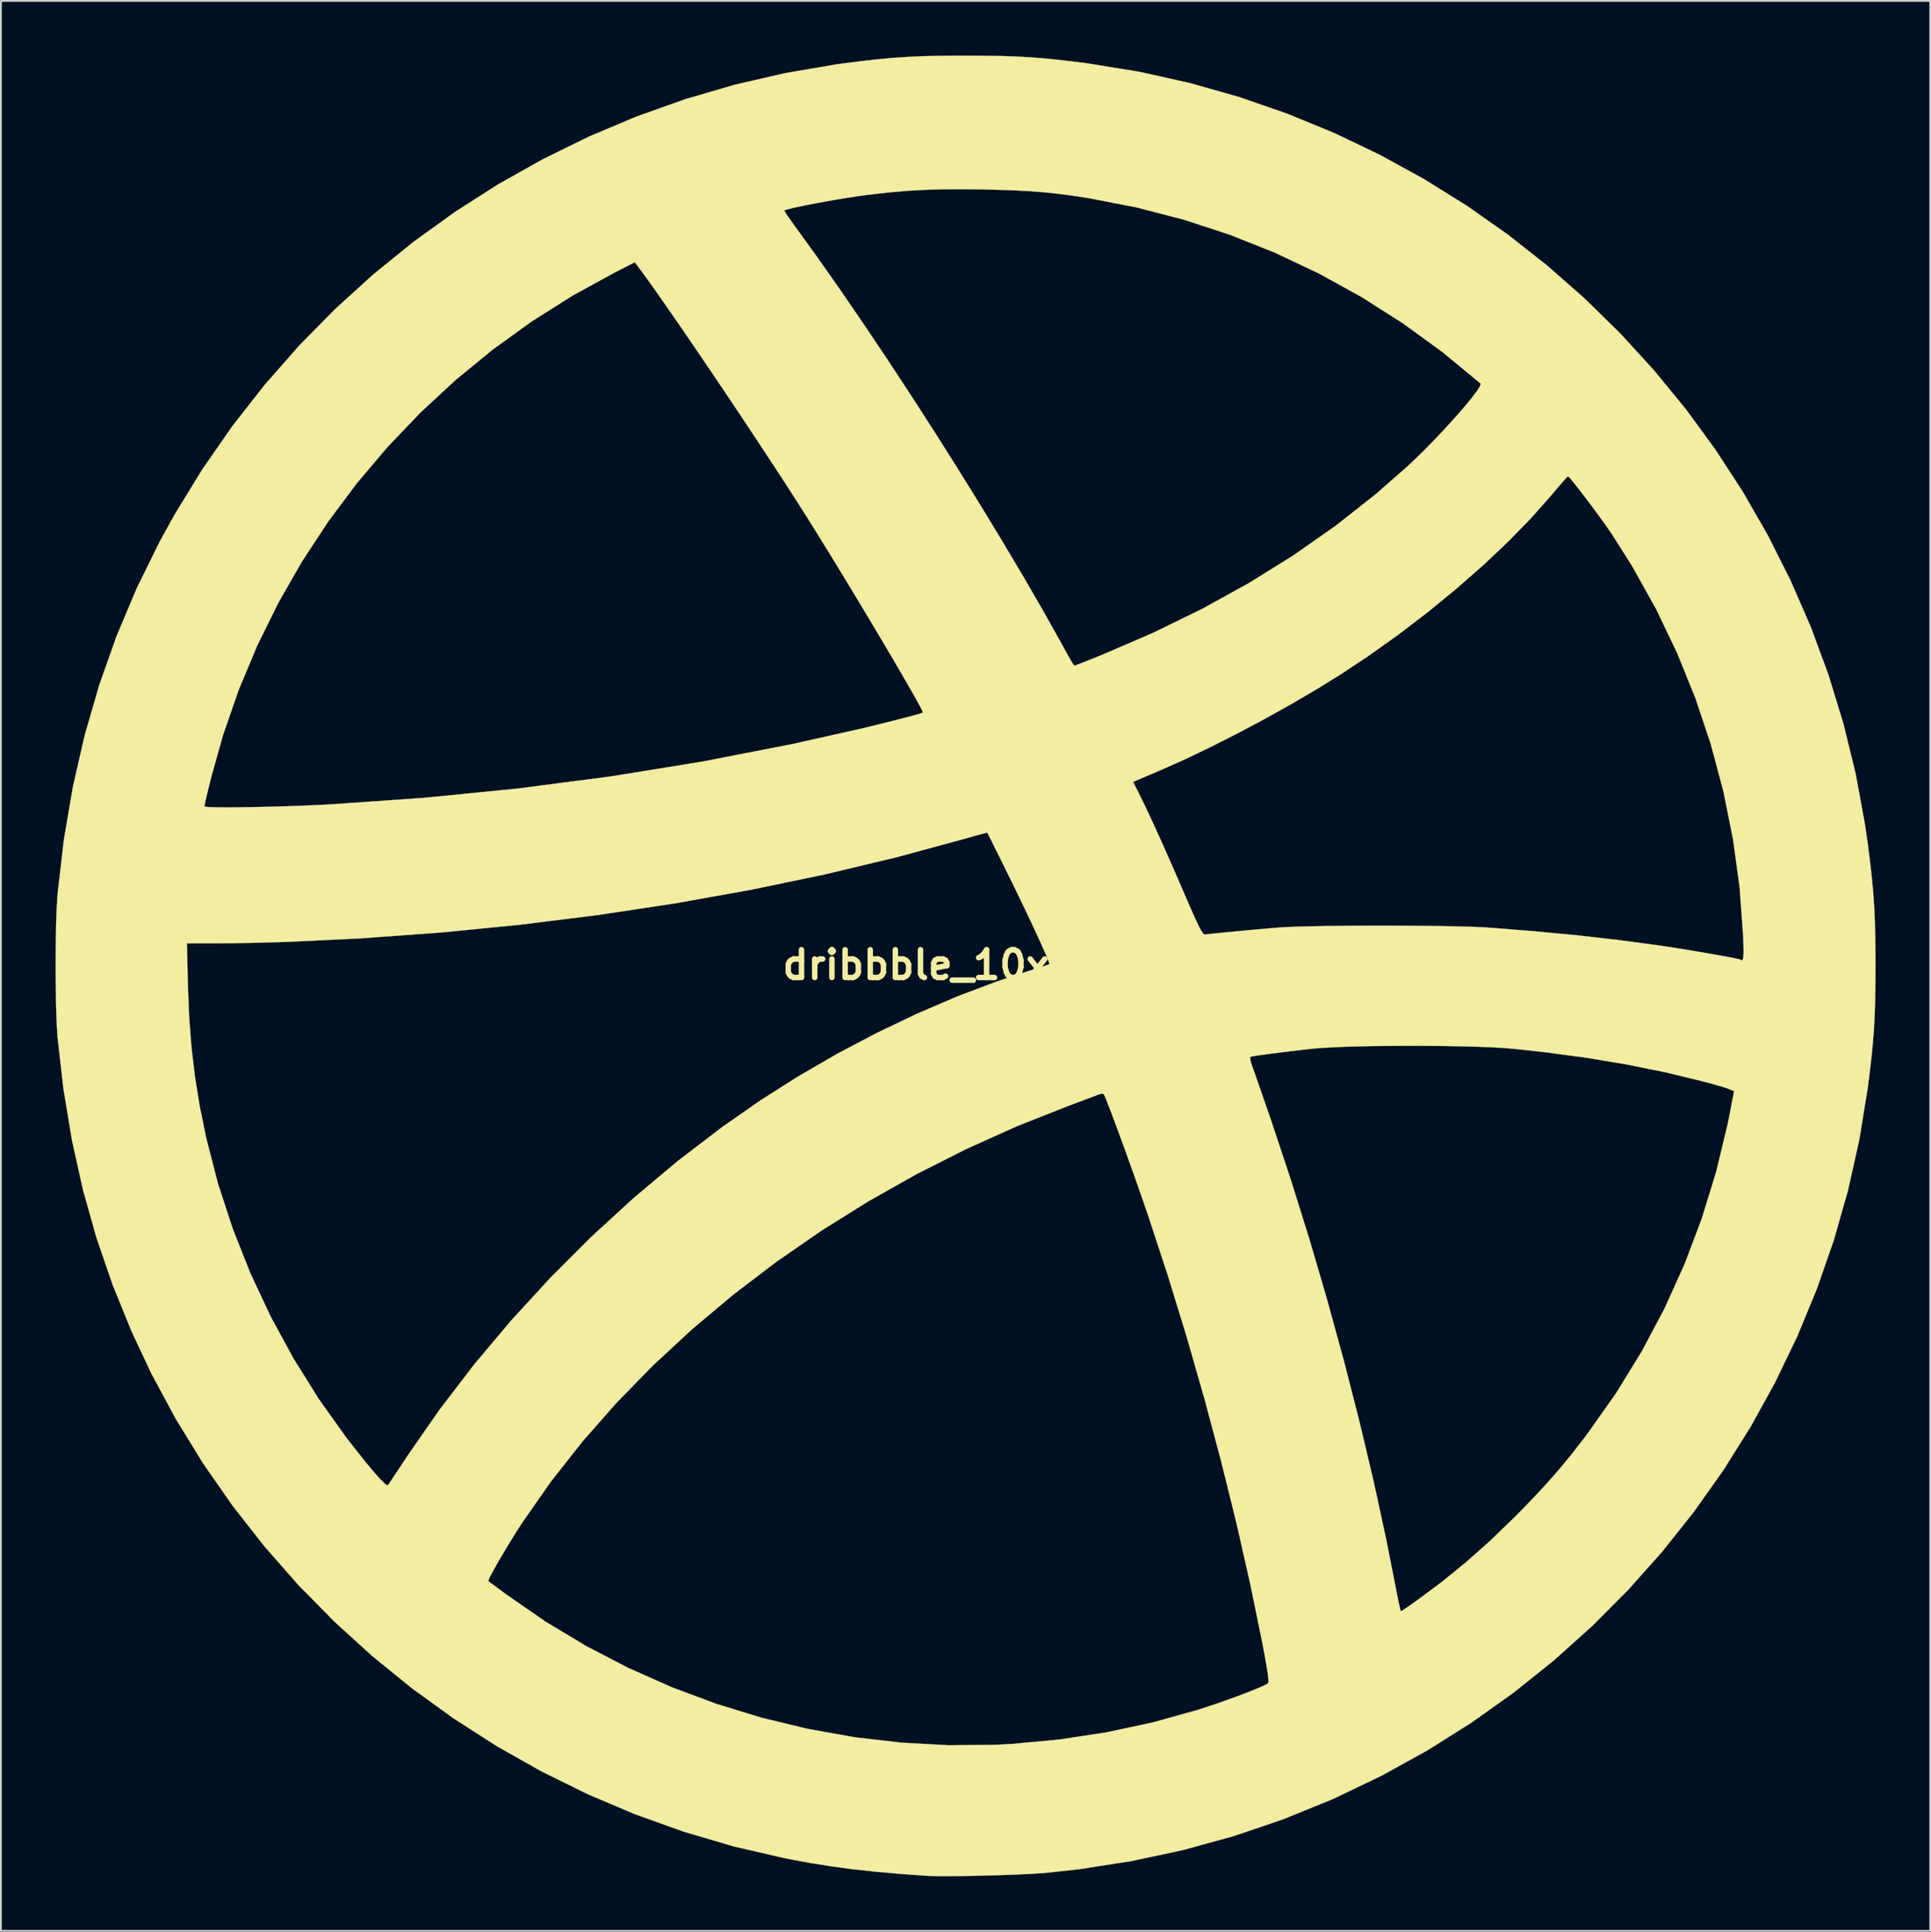
<source format=kicad_pcb>
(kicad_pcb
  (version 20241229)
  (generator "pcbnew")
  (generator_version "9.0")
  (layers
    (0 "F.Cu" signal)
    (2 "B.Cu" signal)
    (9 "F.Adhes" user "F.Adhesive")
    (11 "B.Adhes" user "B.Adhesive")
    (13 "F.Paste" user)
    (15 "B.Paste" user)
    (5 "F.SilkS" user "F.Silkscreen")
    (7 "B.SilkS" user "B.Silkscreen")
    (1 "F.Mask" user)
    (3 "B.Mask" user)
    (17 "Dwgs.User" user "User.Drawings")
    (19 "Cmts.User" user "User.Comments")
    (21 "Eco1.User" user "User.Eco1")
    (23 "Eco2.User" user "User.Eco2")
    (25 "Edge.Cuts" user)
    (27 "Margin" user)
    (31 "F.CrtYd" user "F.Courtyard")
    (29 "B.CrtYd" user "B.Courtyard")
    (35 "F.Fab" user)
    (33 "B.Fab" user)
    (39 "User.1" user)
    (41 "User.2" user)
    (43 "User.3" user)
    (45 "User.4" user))
  (footprint "dribbble_10x10_F"
    (layer "F.Cu")
    (at 49.907 49.91)
    (property "Reference" "dribbble_10x10_F" (at 0 0 0) (layer "F.SilkS") (effects (font (size 1.524 1.524) (thickness 0.3))))
    (attr through_hole)
    (fp_poly (pts (xy 1.109 -49.9) (xy 2.048 -49.884) (xy 2.901 -49.854) (xy 3.71 -49.807) (xy 4.517 -49.741) (xy 5.364 -49.653) (xy 6.291 -49.54) (xy 6.773 -49.477) (xy 9.593 -49.018) (xy 12.359 -48.402) (xy 15.066 -47.633) (xy 17.709 -46.717) (xy 20.284 -45.658) (xy 22.786 -44.462) (xy 25.209 -43.132) (xy 27.55 -41.674) (xy 29.802 -40.092) (xy 31.962 -38.392) (xy 34.025 -36.578) (xy 35.985 -34.656) (xy 37.838 -32.629) (xy 39.58 -30.503) (xy 41.204 -28.282) (xy 42.707 -25.972) (xy 44.083 -23.578) (xy 45.328 -21.103) (xy 46.438 -18.553) (xy 47.406 -15.933) (xy 48.228 -13.248) (xy 48.9 -10.502) (xy 49.416 -7.7) (xy 49.563 -6.681) (xy 49.688 -5.702) (xy 49.787 -4.823) (xy 49.863 -4.003) (xy 49.919 -3.199) (xy 49.957 -2.371) (xy 49.979 -1.476) (xy 49.989 -0.473) (xy 49.99 0.042) (xy 49.985 1.11) (xy 49.969 2.05) (xy 49.939 2.904) (xy 49.892 3.714) (xy 49.825 4.522) (xy 49.737 5.368) (xy 49.624 6.295) (xy 49.563 6.766) (xy 49.102 9.594) (xy 48.481 12.374) (xy 47.705 15.1) (xy 46.777 17.767) (xy 45.703 20.37) (xy 44.486 22.902) (xy 43.13 25.357) (xy 41.64 27.731) (xy 40.02 30.018) (xy 38.274 32.212) (xy 36.407 34.307) (xy 34.422 36.298) (xy 32.325 38.179) (xy 30.118 39.945) (xy 27.807 41.589) (xy 25.395 43.107) (xy 22.888 44.493) (xy 20.288 45.74) (xy 20.108 45.82) (xy 17.456 46.897) (xy 14.749 47.816) (xy 11.985 48.577) (xy 9.16 49.182) (xy 6.271 49.631) (xy 4.487 49.827) (xy 4.048 49.861) (xy 3.485 49.893) (xy 2.829 49.923) (xy 2.109 49.949) (xy 1.356 49.972) (xy 0.6 49.99) (xy -0.13 50.003) (xy -0.803 50.009) (xy -1.389 50.009) (xy -1.859 50.001) (xy -2.117 49.989) (xy -3.587 49.883) (xy -4.924 49.765) (xy -6.163 49.628) (xy -7.341 49.47) (xy -8.493 49.286) (xy -9.655 49.071) (xy -9.906 49.021) (xy -12.692 48.376) (xy -15.423 47.572) (xy -18.093 46.616) (xy -20.697 45.512) (xy -23.228 44.265) (xy -25.682 42.879) (xy -28.052 41.359) (xy -30.332 39.71) (xy -32.517 37.936) (xy -34.6 36.042) (xy -36.577 34.033) (xy -36.768 33.815) (xy -26.153 33.815) (xy -26.076 33.873) (xy -25.889 34.013) (xy -25.615 34.216) (xy -25.28 34.465) (xy -25.128 34.577) (xy -22.999 36.049) (xy -20.774 37.385) (xy -18.466 38.584) (xy -16.086 39.64) (xy -13.643 40.552) (xy -11.149 41.316) (xy -8.615 41.928) (xy -6.051 42.386) (xy -3.469 42.686) (xy -0.88 42.826) (xy 1.707 42.801) (xy 2.584 42.755) (xy 5.203 42.51) (xy 7.784 42.116) (xy 10.308 41.576) (xy 12.756 40.894) (xy 13.3 40.72) (xy 13.887 40.522) (xy 14.473 40.315) (xy 15.036 40.109) (xy 15.551 39.913) (xy 15.995 39.736) (xy 16.342 39.587) (xy 16.57 39.476) (xy 16.647 39.425) (xy 16.669 39.344) (xy 16.663 39.163) (xy 16.629 38.871) (xy 16.562 38.452) (xy 16.463 37.894) (xy 16.34 37.246) (xy 15.674 33.993) (xy 14.915 30.644) (xy 14.071 27.235) (xy 13.154 23.803) (xy 12.173 20.385) (xy 11.138 17.018) (xy 10.06 13.739) (xy 9.539 12.234) (xy 9.255 11.432) (xy 8.975 10.65) (xy 8.706 9.904) (xy 8.453 9.212) (xy 8.222 8.59) (xy 8.02 8.053) (xy 7.853 7.619) (xy 7.726 7.303) (xy 7.646 7.122) (xy 7.625 7.087) (xy 7.508 7.066) (xy 7.358 7.106) (xy 7.213 7.163) (xy 6.94 7.267) (xy 6.57 7.406) (xy 6.132 7.569) (xy 5.757 7.707) (xy 2.89 8.841) (xy 0.085 10.101) (xy -2.648 11.483) (xy -5.303 12.98) (xy -7.87 14.585) (xy -10.341 16.293) (xy -12.709 18.097) (xy -14.965 19.991) (xy -17.101 21.969) (xy -19.109 24.024) (xy -20.981 26.151) (xy -22.708 28.343) (xy -24.282 30.594) (xy -24.322 30.655) (xy -24.607 31.099) (xy -24.901 31.571) (xy -25.192 32.05) (xy -25.467 32.513) (xy -25.712 32.938) (xy -25.916 33.303) (xy -26.064 33.586) (xy -26.144 33.764) (xy -26.153 33.815) (xy -36.768 33.815) (xy -38.44 31.913) (xy -40.185 29.688) (xy -41.806 27.361) (xy -43.296 24.937) (xy -44.65 22.422) (xy -45.737 20.108) (xy -46.778 17.549) (xy -47.668 14.952) (xy -48.412 12.305) (xy -49.013 9.592) (xy -49.475 6.801) (xy -49.796 3.979) (xy -49.832 3.444) (xy -49.862 2.771) (xy -49.883 1.994) (xy -49.896 1.144) (xy -49.902 0.255) (xy -49.9 -0.642) (xy -49.894 -1.185) (xy -42.698 -1.185) (xy -42.646 1.037) (xy -42.576 2.833) (xy -42.447 4.519) (xy -42.254 6.149) (xy -41.99 7.772) (xy -41.65 9.443) (xy -41.641 9.483) (xy -40.996 11.986) (xy -40.188 14.461) (xy -39.225 16.895) (xy -38.11 19.276) (xy -36.852 21.591) (xy -35.455 23.828) (xy -33.925 25.975) (xy -32.908 27.263) (xy -32.478 27.777) (xy -32.143 28.159) (xy -31.898 28.412) (xy -31.739 28.542) (xy -31.663 28.554) (xy -31.603 28.467) (xy -31.463 28.261) (xy -31.259 27.954) (xy -31.004 27.569) (xy -30.711 27.126) (xy -30.549 26.882) (xy -28.807 24.376) (xy -26.916 21.912) (xy -24.892 19.506) (xy -22.751 17.174) (xy -20.509 14.932) (xy -18.181 12.797) (xy -15.783 10.783) (xy -13.332 8.908) (xy -11.218 7.434) (xy -9.158 6.125) (xy -7.431 5.125) (xy 15.661 5.125) (xy 15.707 5.347) (xy 15.808 5.646) (xy 15.892 5.878) (xy 16.021 6.243) (xy 16.186 6.715) (xy 16.377 7.265) (xy 16.586 7.867) (xy 16.802 8.494) (xy 16.819 8.544) (xy 17.888 11.759) (xy 18.917 15.05) (xy 19.895 18.387) (xy 20.814 21.737) (xy 21.667 25.069) (xy 22.445 28.352) (xy 23.139 31.554) (xy 23.624 34.015) (xy 23.715 34.487) (xy 23.798 34.896) (xy 23.868 35.214) (xy 23.918 35.416) (xy 23.941 35.475) (xy 24.022 35.429) (xy 24.212 35.303) (xy 24.484 35.115) (xy 24.809 34.886) (xy 24.823 34.876) (xy 26.209 33.843) (xy 27.535 32.763) (xy 28.838 31.604) (xy 30.156 30.333) (xy 30.607 29.876) (xy 31.376 29.077) (xy 32.052 28.342) (xy 32.676 27.627) (xy 33.284 26.887) (xy 33.915 26.079) (xy 34.204 25.696) (xy 35.757 23.493) (xy 37.159 21.213) (xy 38.409 18.857) (xy 39.507 16.429) (xy 40.452 13.93) (xy 41.242 11.362) (xy 41.877 8.728) (xy 42.028 7.971) (xy 42.228 6.925) (xy 41.949 6.809) (xy 41.763 6.744) (xy 41.454 6.65) (xy 41.061 6.537) (xy 40.624 6.419) (xy 40.541 6.397) (xy 38.492 5.901) (xy 36.384 5.472) (xy 34.189 5.104) (xy 31.879 4.793) (xy 30.099 4.599) (xy 29.526 4.553) (xy 28.815 4.515) (xy 27.993 4.485) (xy 27.083 4.462) (xy 26.111 4.446) (xy 25.103 4.438) (xy 24.084 4.437) (xy 23.079 4.444) (xy 22.113 4.458) (xy 21.213 4.48) (xy 20.402 4.51) (xy 19.707 4.547) (xy 19.152 4.591) (xy 19.092 4.597) (xy 18.525 4.66) (xy 17.944 4.729) (xy 17.375 4.798) (xy 16.846 4.866) (xy 16.385 4.928) (xy 16.019 4.98) (xy 15.775 5.02) (xy 15.693 5.038) (xy 15.661 5.125) (xy -7.431 5.125) (xy -7.02 4.886) (xy -4.83 3.731) (xy -2.616 2.674) (xy -0.407 1.726) (xy 1.77 0.903) (xy 3.468 0.343) (xy 3.881 0.214) (xy 4.232 0.101) (xy 4.493 0.014) (xy 4.632 -0.038) (xy 4.646 -0.046) (xy 4.627 -0.136) (xy 4.539 -0.364) (xy 4.39 -0.714) (xy 4.186 -1.171) (xy 3.934 -1.721) (xy 3.641 -2.349) (xy 3.313 -3.039) (xy 2.958 -3.778) (xy 2.582 -4.551) (xy 2.343 -5.037) (xy 2.065 -5.599) (xy 1.812 -6.109) (xy 1.594 -6.549) (xy 1.42 -6.899) (xy 1.298 -7.14) (xy 1.24 -7.252) (xy 1.237 -7.258) (xy 1.153 -7.243) (xy 0.936 -7.188) (xy 0.614 -7.101) (xy 0.218 -6.989) (xy 0.037 -6.937) (xy -3.775 -5.902) (xy -7.712 -4.962) (xy -11.761 -4.12) (xy -15.907 -3.378) (xy -20.134 -2.739) (xy -24.427 -2.205) (xy -28.772 -1.777) (xy -33.154 -1.459) (xy -37.042 -1.271) (xy -37.768 -1.247) (xy -38.55 -1.225) (xy -39.336 -1.207) (xy -40.079 -1.194) (xy -40.727 -1.187) (xy -41.013 -1.186) (xy -42.698 -1.185) (xy -49.894 -1.185) (xy -49.89 -1.514) (xy -49.873 -2.33) (xy -49.847 -3.056) (xy -49.814 -3.66) (xy -49.796 -3.895) (xy -49.451 -6.876) (xy -49.139 -8.7) (xy -41.741 -8.7) (xy -41.659 -8.678) (xy -41.428 -8.662) (xy -41.065 -8.653) (xy -40.589 -8.649) (xy -40.021 -8.651) (xy -39.377 -8.659) (xy -38.679 -8.671) (xy -37.943 -8.689) (xy -37.191 -8.711) (xy -36.439 -8.737) (xy -35.708 -8.768) (xy -35.016 -8.802) (xy -34.967 -8.804) (xy -29.72 -9.168) (xy -24.541 -9.682) (xy -21.73 -10.048) (xy 9.24 -10.048) (xy 9.529 -9.474) (xy 9.883 -8.753) (xy 10.291 -7.885) (xy 10.748 -6.881) (xy 11.25 -5.754) (xy 11.791 -4.514) (xy 11.984 -4.064) (xy 12.284 -3.37) (xy 12.526 -2.819) (xy 12.719 -2.395) (xy 12.869 -2.083) (xy 12.984 -1.87) (xy 13.071 -1.74) (xy 13.137 -1.68) (xy 13.178 -1.67) (xy 13.449 -1.701) (xy 13.854 -1.743) (xy 14.358 -1.793) (xy 14.926 -1.847) (xy 15.523 -1.903) (xy 16.114 -1.957) (xy 16.665 -2.005) (xy 17.139 -2.045) (xy 17.187 -2.049) (xy 17.635 -2.077) (xy 18.23 -2.101) (xy 18.948 -2.12) (xy 19.767 -2.135) (xy 20.664 -2.147) (xy 21.617 -2.154) (xy 22.602 -2.157) (xy 23.596 -2.156) (xy 24.578 -2.151) (xy 25.523 -2.142) (xy 26.41 -2.129) (xy 27.215 -2.111) (xy 27.916 -2.09) (xy 28.49 -2.065) (xy 28.744 -2.049) (xy 31.261 -1.851) (xy 33.633 -1.625) (xy 35.879 -1.369) (xy 38.024 -1.082) (xy 38.227 -1.052) (xy 38.747 -0.974) (xy 39.313 -0.884) (xy 39.901 -0.788) (xy 40.486 -0.689) (xy 41.044 -0.592) (xy 41.551 -0.501) (xy 41.983 -0.421) (xy 42.314 -0.355) (xy 42.521 -0.309) (xy 42.58 -0.289) (xy 42.654 -0.243) (xy 42.705 -0.286) (xy 42.736 -0.433) (xy 42.748 -0.701) (xy 42.743 -1.107) (xy 42.724 -1.63) (xy 42.528 -4.291) (xy 42.165 -6.93) (xy 41.638 -9.541) (xy 40.951 -12.113) (xy 40.107 -14.639) (xy 39.107 -17.11) (xy 37.955 -19.518) (xy 36.654 -21.854) (xy 35.536 -23.622) (xy 35.31 -23.951) (xy 35.037 -24.335) (xy 34.734 -24.754) (xy 34.415 -25.184) (xy 34.098 -25.605) (xy 33.8 -25.996) (xy 33.535 -26.334) (xy 33.32 -26.599) (xy 33.173 -26.769) (xy 33.109 -26.822) (xy 33.036 -26.752) (xy 32.876 -26.574) (xy 32.647 -26.311) (xy 32.371 -25.986) (xy 32.198 -25.781) (xy 31.091 -24.53) (xy 29.842 -23.248) (xy 28.471 -21.952) (xy 26.998 -20.659) (xy 25.444 -19.385) (xy 23.828 -18.149) (xy 22.171 -16.968) (xy 20.668 -15.97) (xy 19.363 -15.16) (xy 17.954 -14.333) (xy 16.481 -13.511) (xy 14.981 -12.713) (xy 13.494 -11.96) (xy 12.057 -11.273) (xy 10.709 -10.672) (xy 10.61 -10.63) (xy 9.24 -10.048) (xy -21.73 -10.048) (xy -19.431 -10.347) (xy -14.395 -11.163) (xy -9.433 -12.13) (xy -5.757 -12.954) (xy -5.152 -13.099) (xy -4.551 -13.247) (xy -3.975 -13.391) (xy -3.449 -13.525) (xy -2.995 -13.644) (xy -2.636 -13.741) (xy -2.396 -13.811) (xy -2.297 -13.848) (xy -2.297 -13.848) (xy -2.324 -13.933) (xy -2.433 -14.15) (xy -2.615 -14.485) (xy -2.863 -14.928) (xy -3.171 -15.465) (xy -3.53 -16.084) (xy -3.933 -16.773) (xy -4.372 -17.518) (xy -4.841 -18.307) (xy -5.332 -19.129) (xy -5.837 -19.969) (xy -6.349 -20.817) (xy -6.86 -21.659) (xy -7.364 -22.483) (xy -7.853 -23.276) (xy -8.318 -24.026) (xy -8.695 -24.627) (xy -9.194 -25.413) (xy -9.755 -26.283) (xy -10.366 -27.223) (xy -11.018 -28.216) (xy -11.699 -29.246) (xy -12.399 -30.298) (xy -13.107 -31.356) (xy -13.813 -32.405) (xy -14.506 -33.427) (xy -15.175 -34.409) (xy -15.81 -35.333) (xy -16.4 -36.184) (xy -16.934 -36.946) (xy -17.402 -37.604) (xy -17.793 -38.141) (xy -17.924 -38.317) (xy -18.111 -38.566) (xy -19.194 -38.015) (xy -21.529 -36.735) (xy -23.77 -35.319) (xy -25.911 -33.774) (xy -27.948 -32.105) (xy -29.875 -30.321) (xy -31.686 -28.426) (xy -33.377 -26.428) (xy -34.943 -24.332) (xy -36.379 -22.146) (xy -37.678 -19.876) (xy -38.837 -17.527) (xy -39.85 -15.108) (xy -40.712 -12.623) (xy -41.352 -10.344) (xy -41.474 -9.852) (xy -41.58 -9.414) (xy -41.665 -9.059) (xy -41.72 -8.812) (xy -41.741 -8.701) (xy -41.741 -8.7) (xy -49.139 -8.7) (xy -48.954 -9.781) (xy -48.307 -12.613) (xy -47.506 -15.373) (xy -46.553 -18.064) (xy -45.446 -20.688) (xy -44.185 -23.246) (xy -43.37 -24.723) (xy -41.855 -27.193) (xy -40.213 -29.559) (xy -38.447 -31.815) (xy -36.566 -33.959) (xy -34.574 -35.985) (xy -32.477 -37.89) (xy -30.281 -39.671) (xy -27.991 -41.323) (xy -27.869 -41.401) (xy -9.906 -41.401) (xy -9.858 -41.313) (xy -9.728 -41.116) (xy -9.533 -40.835) (xy -9.291 -40.498) (xy -9.201 -40.375) (xy -8.024 -38.744) (xy -6.796 -36.993) (xy -5.53 -35.145) (xy -4.24 -33.221) (xy -2.941 -31.244) (xy -1.646 -29.234) (xy -0.369 -27.214) (xy 0.876 -25.206) (xy 2.075 -23.232) (xy 3.214 -21.314) (xy 4.28 -19.474) (xy 5.257 -17.733) (xy 5.636 -17.04) (xy 5.795 -16.758) (xy 5.926 -16.544) (xy 6.008 -16.434) (xy 6.02 -16.426) (xy 6.111 -16.456) (xy 6.334 -16.54) (xy 6.661 -16.668) (xy 7.068 -16.83) (xy 7.502 -17.005) (xy 10.339 -18.228) (xy 13.037 -19.547) (xy 15.603 -20.963) (xy 18.039 -22.48) (xy 20.35 -24.099) (xy 22.541 -25.824) (xy 24.311 -27.375) (xy 24.786 -27.823) (xy 25.279 -28.309) (xy 25.775 -28.817) (xy 26.264 -29.332) (xy 26.73 -29.84) (xy 27.16 -30.325) (xy 27.543 -30.772) (xy 27.863 -31.166) (xy 28.108 -31.493) (xy 28.266 -31.737) (xy 28.321 -31.883) (xy 28.311 -31.912) (xy 26.221 -33.637) (xy 24.042 -35.22) (xy 21.781 -36.657) (xy 19.444 -37.947) (xy 17.036 -39.086) (xy 14.562 -40.072) (xy 12.029 -40.902) (xy 9.441 -41.573) (xy 6.833 -42.079) (xy 5.958 -42.214) (xy 5.147 -42.321) (xy 4.359 -42.405) (xy 3.553 -42.468) (xy 2.688 -42.514) (xy 1.724 -42.546) (xy 0.974 -42.563) (xy -0.178 -42.576) (xy -1.205 -42.57) (xy -2.149 -42.543) (xy -3.056 -42.493) (xy -3.967 -42.417) (xy -4.927 -42.313) (xy -5.482 -42.245) (xy -5.957 -42.179) (xy -6.489 -42.097) (xy -7.055 -42.004) (xy -7.629 -41.903) (xy -8.188 -41.8) (xy -8.707 -41.699) (xy -9.162 -41.604) (xy -9.529 -41.522) (xy -9.784 -41.455) (xy -9.901 -41.409) (xy -9.906 -41.401) (xy -27.869 -41.401) (xy -25.615 -42.842) (xy -23.156 -44.224) (xy -20.622 -45.467) (xy -18.018 -46.564) (xy -15.349 -47.514) (xy -12.623 -48.311) (xy -9.843 -48.951) (xy -7.017 -49.432) (xy -6.681 -49.478) (xy -5.702 -49.603) (xy -4.823 -49.703) (xy -4.003 -49.779) (xy -3.199 -49.834) (xy -2.371 -49.872) (xy -1.476 -49.894) (xy -0.473 -49.904) (xy 0.042 -49.905) (xy 1.109 -49.9)) (stroke (width 0.01) (type solid)) (fill yes) (layer "F.SilkS")))
  (gr_rect
    (start -3 -3)
    (end 102.902 102.924)
    (stroke (width 0.1) (type default))
    (fill no)
    (layer "Edge.Cuts")))
</source>
